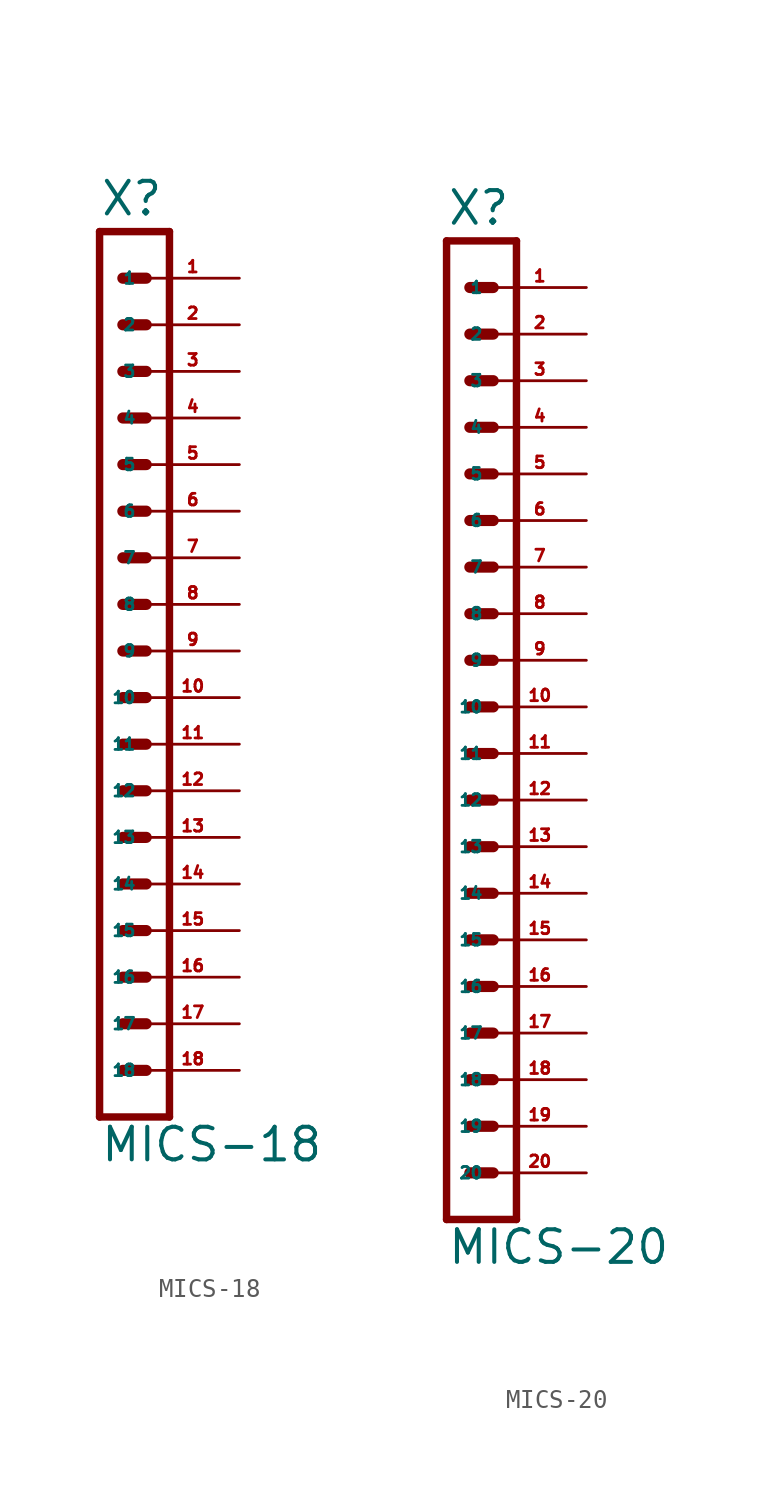
<source format=kicad_sym>
(kicad_symbol_lib
  (version 20220914)
  (generator Eagle2Kicad)
  (symbol "MICS-18"
    (property "Reference" "X"
      (at -2.54 23.622 0)
      (effects (font (size 1.778 1.778) (thickness 0.22)) (justify left bottom)))
    (property "Value" "MICS-18"
      (at -2.54 -27.94 0)
      (effects (font (size 1.778 1.778) (thickness 0.22)) (justify left bottom)))
    (polyline
      (pts (xy 1.27 -25.4) (xy -2.54 -25.4))
      (stroke (width 0.406) (type default))
      (fill (type none)))
    (polyline
      (pts (xy -1.27 17.78) (xy 0 17.78))
      (stroke (width 0.61) (type default))
      (fill (type none)))
    (polyline
      (pts (xy -1.27 15.24) (xy 0 15.24))
      (stroke (width 0.61) (type default))
      (fill (type none)))
    (polyline
      (pts (xy -1.27 12.7) (xy 0 12.7))
      (stroke (width 0.61) (type default))
      (fill (type none)))
    (polyline
      (pts (xy -2.54 22.86) (xy -2.54 -25.4))
      (stroke (width 0.406) (type default))
      (fill (type none)))
    (polyline
      (pts (xy 1.27 -25.4) (xy 1.27 22.86))
      (stroke (width 0.406) (type default))
      (fill (type none)))
    (polyline
      (pts (xy -2.54 22.86) (xy 1.27 22.86))
      (stroke (width 0.406) (type default))
      (fill (type none)))
    (polyline
      (pts (xy -1.27 20.32) (xy 0 20.32))
      (stroke (width 0.61) (type default))
      (fill (type none)))
    (polyline
      (pts (xy -1.27 10.16) (xy 0 10.16))
      (stroke (width 0.61) (type default))
      (fill (type none)))
    (polyline
      (pts (xy -1.27 7.62) (xy 0 7.62))
      (stroke (width 0.61) (type default))
      (fill (type none)))
    (polyline
      (pts (xy -1.27 5.08) (xy 0 5.08))
      (stroke (width 0.61) (type default))
      (fill (type none)))
    (polyline
      (pts (xy -1.27 2.54) (xy 0 2.54))
      (stroke (width 0.61) (type default))
      (fill (type none)))
    (polyline
      (pts (xy -1.27 0) (xy 0 0))
      (stroke (width 0.61) (type default))
      (fill (type none)))
    (polyline
      (pts (xy -1.27 -2.54) (xy 0 -2.54))
      (stroke (width 0.61) (type default))
      (fill (type none)))
    (polyline
      (pts (xy -1.27 -5.08) (xy 0 -5.08))
      (stroke (width 0.61) (type default))
      (fill (type none)))
    (polyline
      (pts (xy -1.27 -7.62) (xy 0 -7.62))
      (stroke (width 0.61) (type default))
      (fill (type none)))
    (polyline
      (pts (xy -1.27 -10.16) (xy 0 -10.16))
      (stroke (width 0.61) (type default))
      (fill (type none)))
    (polyline
      (pts (xy -1.27 -12.7) (xy 0 -12.7))
      (stroke (width 0.61) (type default))
      (fill (type none)))
    (polyline
      (pts (xy -1.27 -15.24) (xy 0 -15.24))
      (stroke (width 0.61) (type default))
      (fill (type none)))
    (polyline
      (pts (xy -1.27 -17.78) (xy 0 -17.78))
      (stroke (width 0.61) (type default))
      (fill (type none)))
    (polyline
      (pts (xy -1.27 -20.32) (xy 0 -20.32))
      (stroke (width 0.61) (type default))
      (fill (type none)))
    (polyline
      (pts (xy -1.27 -22.86) (xy 0 -22.86))
      (stroke (width 0.61) (type default))
      (fill (type none)))
    (pin passive line
      (at 5.08 20.32 180)
      (length 5.08)
      (name "1" (effects (font (size 0.635 0.635) (thickness 0.08)) (justify left bottom)))
      (number "1" (effects (font (size 0.635 0.635) (thickness 0.08)) (justify left bottom))))
    (pin passive line
      (at 5.08 17.78 180)
      (length 5.08)
      (name "2" (effects (font (size 0.635 0.635) (thickness 0.08)) (justify left bottom)))
      (number "2" (effects (font (size 0.635 0.635) (thickness 0.08)) (justify left bottom))))
    (pin passive line
      (at 5.08 15.24 180)
      (length 5.08)
      (name "3" (effects (font (size 0.635 0.635) (thickness 0.08)) (justify left bottom)))
      (number "3" (effects (font (size 0.635 0.635) (thickness 0.08)) (justify left bottom))))
    (pin passive line
      (at 5.08 12.7 180)
      (length 5.08)
      (name "4" (effects (font (size 0.635 0.635) (thickness 0.08)) (justify left bottom)))
      (number "4" (effects (font (size 0.635 0.635) (thickness 0.08)) (justify left bottom))))
    (pin passive line
      (at 5.08 10.16 180)
      (length 5.08)
      (name "5" (effects (font (size 0.635 0.635) (thickness 0.08)) (justify left bottom)))
      (number "5" (effects (font (size 0.635 0.635) (thickness 0.08)) (justify left bottom))))
    (pin passive line
      (at 5.08 7.62 180)
      (length 5.08)
      (name "6" (effects (font (size 0.635 0.635) (thickness 0.08)) (justify left bottom)))
      (number "6" (effects (font (size 0.635 0.635) (thickness 0.08)) (justify left bottom))))
    (pin passive line
      (at 5.08 5.08 180)
      (length 5.08)
      (name "7" (effects (font (size 0.635 0.635) (thickness 0.08)) (justify left bottom)))
      (number "7" (effects (font (size 0.635 0.635) (thickness 0.08)) (justify left bottom))))
    (pin passive line
      (at 5.08 2.54 180)
      (length 5.08)
      (name "8" (effects (font (size 0.635 0.635) (thickness 0.08)) (justify left bottom)))
      (number "8" (effects (font (size 0.635 0.635) (thickness 0.08)) (justify left bottom))))
    (pin passive line
      (at 5.08 0 180)
      (length 5.08)
      (name "9" (effects (font (size 0.635 0.635) (thickness 0.08)) (justify left bottom)))
      (number "9" (effects (font (size 0.635 0.635) (thickness 0.08)) (justify left bottom))))
    (pin passive line
      (at 5.08 -2.54 180)
      (length 5.08)
      (name "10" (effects (font (size 0.635 0.635) (thickness 0.08)) (justify left bottom)))
      (number "10" (effects (font (size 0.635 0.635) (thickness 0.08)) (justify left bottom))))
    (pin passive line
      (at 5.08 -5.08 180)
      (length 5.08)
      (name "11" (effects (font (size 0.635 0.635) (thickness 0.08)) (justify left bottom)))
      (number "11" (effects (font (size 0.635 0.635) (thickness 0.08)) (justify left bottom))))
    (pin passive line
      (at 5.08 -7.62 180)
      (length 5.08)
      (name "12" (effects (font (size 0.635 0.635) (thickness 0.08)) (justify left bottom)))
      (number "12" (effects (font (size 0.635 0.635) (thickness 0.08)) (justify left bottom))))
    (pin passive line
      (at 5.08 -10.16 180)
      (length 5.08)
      (name "13" (effects (font (size 0.635 0.635) (thickness 0.08)) (justify left bottom)))
      (number "13" (effects (font (size 0.635 0.635) (thickness 0.08)) (justify left bottom))))
    (pin passive line
      (at 5.08 -12.7 180)
      (length 5.08)
      (name "14" (effects (font (size 0.635 0.635) (thickness 0.08)) (justify left bottom)))
      (number "14" (effects (font (size 0.635 0.635) (thickness 0.08)) (justify left bottom))))
    (pin passive line
      (at 5.08 -15.24 180)
      (length 5.08)
      (name "15" (effects (font (size 0.635 0.635) (thickness 0.08)) (justify left bottom)))
      (number "15" (effects (font (size 0.635 0.635) (thickness 0.08)) (justify left bottom))))
    (pin passive line
      (at 5.08 -17.78 180)
      (length 5.08)
      (name "16" (effects (font (size 0.635 0.635) (thickness 0.08)) (justify left bottom)))
      (number "16" (effects (font (size 0.635 0.635) (thickness 0.08)) (justify left bottom))))
    (pin passive line
      (at 5.08 -20.32 180)
      (length 5.08)
      (name "17" (effects (font (size 0.635 0.635) (thickness 0.08)) (justify left bottom)))
      (number "17" (effects (font (size 0.635 0.635) (thickness 0.08)) (justify left bottom))))
    (pin passive line
      (at 5.08 -22.86 180)
      (length 5.08)
      (name "18" (effects (font (size 0.635 0.635) (thickness 0.08)) (justify left bottom)))
      (number "18" (effects (font (size 0.635 0.635) (thickness 0.08)) (justify left bottom)))))
  (symbol "MICS-20"
    (property "Reference" "X"
      (at -2.54 26.162 0)
      (effects (font (size 1.778 1.778) (thickness 0.22)) (justify left bottom)))
    (property "Value" "MICS-20"
      (at -2.54 -30.48 0)
      (effects (font (size 1.778 1.778) (thickness 0.22)) (justify left bottom)))
    (polyline
      (pts (xy 1.27 -27.94) (xy -2.54 -27.94))
      (stroke (width 0.406) (type default))
      (fill (type none)))
    (polyline
      (pts (xy -1.27 20.32) (xy 0 20.32))
      (stroke (width 0.61) (type default))
      (fill (type none)))
    (polyline
      (pts (xy -1.27 17.78) (xy 0 17.78))
      (stroke (width 0.61) (type default))
      (fill (type none)))
    (polyline
      (pts (xy -1.27 15.24) (xy 0 15.24))
      (stroke (width 0.61) (type default))
      (fill (type none)))
    (polyline
      (pts (xy -2.54 25.4) (xy -2.54 -27.94))
      (stroke (width 0.406) (type default))
      (fill (type none)))
    (polyline
      (pts (xy 1.27 -27.94) (xy 1.27 25.4))
      (stroke (width 0.406) (type default))
      (fill (type none)))
    (polyline
      (pts (xy -2.54 25.4) (xy 1.27 25.4))
      (stroke (width 0.406) (type default))
      (fill (type none)))
    (polyline
      (pts (xy -1.27 22.86) (xy 0 22.86))
      (stroke (width 0.61) (type default))
      (fill (type none)))
    (polyline
      (pts (xy -1.27 12.7) (xy 0 12.7))
      (stroke (width 0.61) (type default))
      (fill (type none)))
    (polyline
      (pts (xy -1.27 10.16) (xy 0 10.16))
      (stroke (width 0.61) (type default))
      (fill (type none)))
    (polyline
      (pts (xy -1.27 7.62) (xy 0 7.62))
      (stroke (width 0.61) (type default))
      (fill (type none)))
    (polyline
      (pts (xy -1.27 5.08) (xy 0 5.08))
      (stroke (width 0.61) (type default))
      (fill (type none)))
    (polyline
      (pts (xy -1.27 2.54) (xy 0 2.54))
      (stroke (width 0.61) (type default))
      (fill (type none)))
    (polyline
      (pts (xy -1.27 0) (xy 0 0))
      (stroke (width 0.61) (type default))
      (fill (type none)))
    (polyline
      (pts (xy -1.27 -2.54) (xy 0 -2.54))
      (stroke (width 0.61) (type default))
      (fill (type none)))
    (polyline
      (pts (xy -1.27 -5.08) (xy 0 -5.08))
      (stroke (width 0.61) (type default))
      (fill (type none)))
    (polyline
      (pts (xy -1.27 -7.62) (xy 0 -7.62))
      (stroke (width 0.61) (type default))
      (fill (type none)))
    (polyline
      (pts (xy -1.27 -10.16) (xy 0 -10.16))
      (stroke (width 0.61) (type default))
      (fill (type none)))
    (polyline
      (pts (xy -1.27 -12.7) (xy 0 -12.7))
      (stroke (width 0.61) (type default))
      (fill (type none)))
    (polyline
      (pts (xy -1.27 -15.24) (xy 0 -15.24))
      (stroke (width 0.61) (type default))
      (fill (type none)))
    (polyline
      (pts (xy -1.27 -17.78) (xy 0 -17.78))
      (stroke (width 0.61) (type default))
      (fill (type none)))
    (polyline
      (pts (xy -1.27 -20.32) (xy 0 -20.32))
      (stroke (width 0.61) (type default))
      (fill (type none)))
    (polyline
      (pts (xy -1.27 -22.86) (xy 0 -22.86))
      (stroke (width 0.61) (type default))
      (fill (type none)))
    (polyline
      (pts (xy -1.27 -25.4) (xy 0 -25.4))
      (stroke (width 0.61) (type default))
      (fill (type none)))
    (pin passive line
      (at 5.08 22.86 180)
      (length 5.08)
      (name "1" (effects (font (size 0.635 0.635) (thickness 0.08)) (justify left bottom)))
      (number "1" (effects (font (size 0.635 0.635) (thickness 0.08)) (justify left bottom))))
    (pin passive line
      (at 5.08 20.32 180)
      (length 5.08)
      (name "2" (effects (font (size 0.635 0.635) (thickness 0.08)) (justify left bottom)))
      (number "2" (effects (font (size 0.635 0.635) (thickness 0.08)) (justify left bottom))))
    (pin passive line
      (at 5.08 17.78 180)
      (length 5.08)
      (name "3" (effects (font (size 0.635 0.635) (thickness 0.08)) (justify left bottom)))
      (number "3" (effects (font (size 0.635 0.635) (thickness 0.08)) (justify left bottom))))
    (pin passive line
      (at 5.08 15.24 180)
      (length 5.08)
      (name "4" (effects (font (size 0.635 0.635) (thickness 0.08)) (justify left bottom)))
      (number "4" (effects (font (size 0.635 0.635) (thickness 0.08)) (justify left bottom))))
    (pin passive line
      (at 5.08 12.7 180)
      (length 5.08)
      (name "5" (effects (font (size 0.635 0.635) (thickness 0.08)) (justify left bottom)))
      (number "5" (effects (font (size 0.635 0.635) (thickness 0.08)) (justify left bottom))))
    (pin passive line
      (at 5.08 10.16 180)
      (length 5.08)
      (name "6" (effects (font (size 0.635 0.635) (thickness 0.08)) (justify left bottom)))
      (number "6" (effects (font (size 0.635 0.635) (thickness 0.08)) (justify left bottom))))
    (pin passive line
      (at 5.08 7.62 180)
      (length 5.08)
      (name "7" (effects (font (size 0.635 0.635) (thickness 0.08)) (justify left bottom)))
      (number "7" (effects (font (size 0.635 0.635) (thickness 0.08)) (justify left bottom))))
    (pin passive line
      (at 5.08 5.08 180)
      (length 5.08)
      (name "8" (effects (font (size 0.635 0.635) (thickness 0.08)) (justify left bottom)))
      (number "8" (effects (font (size 0.635 0.635) (thickness 0.08)) (justify left bottom))))
    (pin passive line
      (at 5.08 2.54 180)
      (length 5.08)
      (name "9" (effects (font (size 0.635 0.635) (thickness 0.08)) (justify left bottom)))
      (number "9" (effects (font (size 0.635 0.635) (thickness 0.08)) (justify left bottom))))
    (pin passive line
      (at 5.08 0 180)
      (length 5.08)
      (name "10" (effects (font (size 0.635 0.635) (thickness 0.08)) (justify left bottom)))
      (number "10" (effects (font (size 0.635 0.635) (thickness 0.08)) (justify left bottom))))
    (pin passive line
      (at 5.08 -2.54 180)
      (length 5.08)
      (name "11" (effects (font (size 0.635 0.635) (thickness 0.08)) (justify left bottom)))
      (number "11" (effects (font (size 0.635 0.635) (thickness 0.08)) (justify left bottom))))
    (pin passive line
      (at 5.08 -5.08 180)
      (length 5.08)
      (name "12" (effects (font (size 0.635 0.635) (thickness 0.08)) (justify left bottom)))
      (number "12" (effects (font (size 0.635 0.635) (thickness 0.08)) (justify left bottom))))
    (pin passive line
      (at 5.08 -7.62 180)
      (length 5.08)
      (name "13" (effects (font (size 0.635 0.635) (thickness 0.08)) (justify left bottom)))
      (number "13" (effects (font (size 0.635 0.635) (thickness 0.08)) (justify left bottom))))
    (pin passive line
      (at 5.08 -10.16 180)
      (length 5.08)
      (name "14" (effects (font (size 0.635 0.635) (thickness 0.08)) (justify left bottom)))
      (number "14" (effects (font (size 0.635 0.635) (thickness 0.08)) (justify left bottom))))
    (pin passive line
      (at 5.08 -12.7 180)
      (length 5.08)
      (name "15" (effects (font (size 0.635 0.635) (thickness 0.08)) (justify left bottom)))
      (number "15" (effects (font (size 0.635 0.635) (thickness 0.08)) (justify left bottom))))
    (pin passive line
      (at 5.08 -15.24 180)
      (length 5.08)
      (name "16" (effects (font (size 0.635 0.635) (thickness 0.08)) (justify left bottom)))
      (number "16" (effects (font (size 0.635 0.635) (thickness 0.08)) (justify left bottom))))
    (pin passive line
      (at 5.08 -17.78 180)
      (length 5.08)
      (name "17" (effects (font (size 0.635 0.635) (thickness 0.08)) (justify left bottom)))
      (number "17" (effects (font (size 0.635 0.635) (thickness 0.08)) (justify left bottom))))
    (pin passive line
      (at 5.08 -20.32 180)
      (length 5.08)
      (name "18" (effects (font (size 0.635 0.635) (thickness 0.08)) (justify left bottom)))
      (number "18" (effects (font (size 0.635 0.635) (thickness 0.08)) (justify left bottom))))
    (pin passive line
      (at 5.08 -22.86 180)
      (length 5.08)
      (name "19" (effects (font (size 0.635 0.635) (thickness 0.08)) (justify left bottom)))
      (number "19" (effects (font (size 0.635 0.635) (thickness 0.08)) (justify left bottom))))
    (pin passive line
      (at 5.08 -25.4 180)
      (length 5.08)
      (name "20" (effects (font (size 0.635 0.635) (thickness 0.08)) (justify left bottom)))
      (number "20" (effects (font (size 0.635 0.635) (thickness 0.08)) (justify left bottom))))))
</source>
